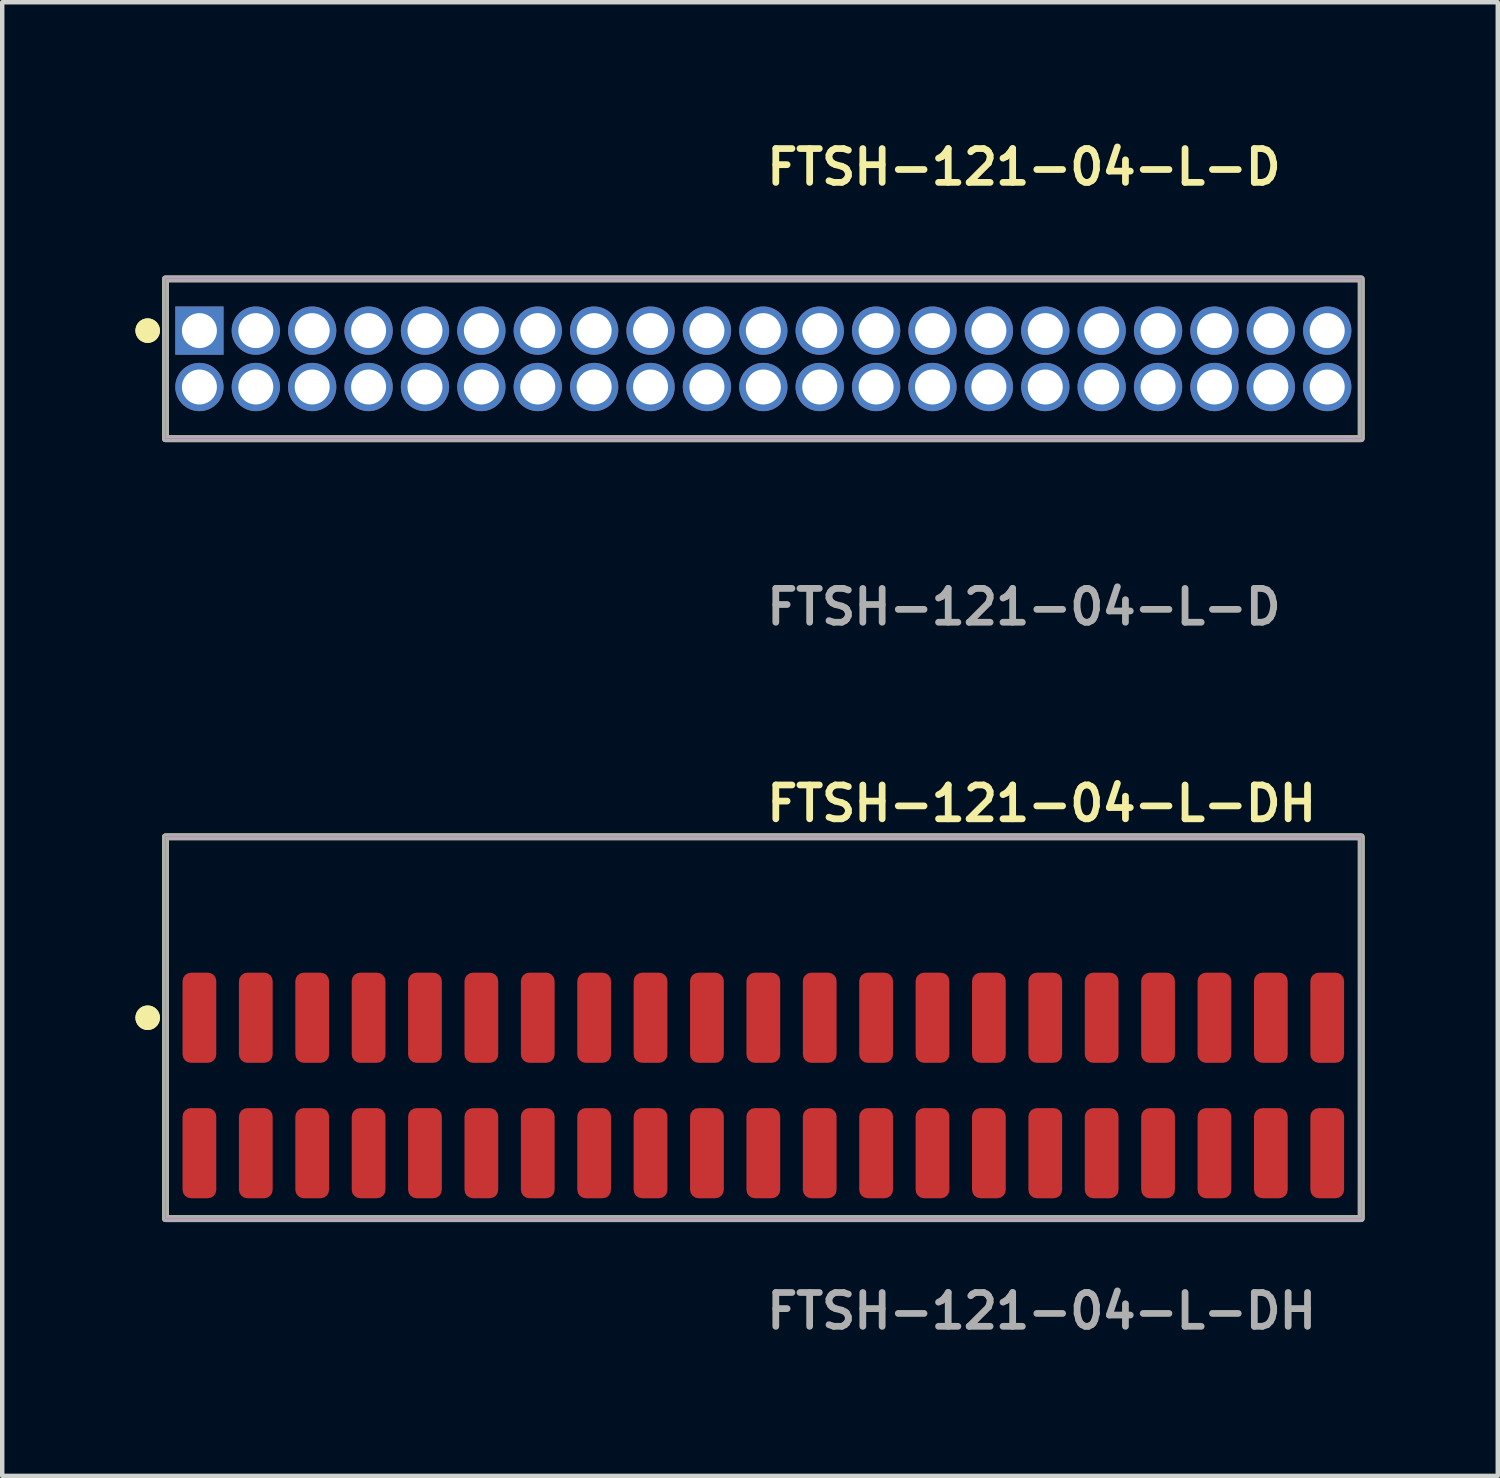
<source format=kicad_pcb>
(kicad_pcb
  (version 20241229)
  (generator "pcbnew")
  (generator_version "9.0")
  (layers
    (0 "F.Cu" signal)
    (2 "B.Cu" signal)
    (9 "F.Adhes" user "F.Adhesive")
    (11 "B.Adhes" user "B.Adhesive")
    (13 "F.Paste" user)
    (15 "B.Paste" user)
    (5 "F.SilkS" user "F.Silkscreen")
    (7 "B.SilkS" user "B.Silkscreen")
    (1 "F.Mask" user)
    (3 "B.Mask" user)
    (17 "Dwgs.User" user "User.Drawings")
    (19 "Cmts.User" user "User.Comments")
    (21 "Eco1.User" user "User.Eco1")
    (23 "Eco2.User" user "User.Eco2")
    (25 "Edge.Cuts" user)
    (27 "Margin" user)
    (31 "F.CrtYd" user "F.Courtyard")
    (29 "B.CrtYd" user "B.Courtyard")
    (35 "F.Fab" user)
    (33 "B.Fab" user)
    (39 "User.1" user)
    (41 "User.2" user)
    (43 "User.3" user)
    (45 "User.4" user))
  (footprint "FTSH-121-04-L-D"
    (layer "F.Cu")
    (at 14.141 5.031)
    (property "Reference" "FTSH-121-04-L-D" (at 0 -4.318 0) (unlocked yes) (layer "F.SilkS") (effects (font (size 0.762 0.762) (thickness 0.152)) (justify left)))
    (fp_rect (start -13.465 1.8) (end 13.465 -1.8) (stroke (width 0.152) (type solid)) (fill no) (layer "F.SilkS"))
    (fp_circle (center -13.865 -0.635) (end -14.065 -0.635) (stroke (width 0.152) (type solid)) (fill yes) (layer "F.SilkS"))
    (fp_circle (center -13.865 -0.635) (end -14.065 -0.635) (stroke (width 0.152) (type solid)) (fill yes) (layer "F.SilkS"))
    (fp_rect (start -13.465 1.8) (end 13.465 -1.8) (stroke (width 0.006) (type solid)) (fill no) (layer "F.CrtYd"))
    (fp_rect (start -13.465 1.8) (end 13.465 -1.8) (stroke (width 0.152) (type solid)) (fill no) (layer "F.Fab"))
    (fp_text user "${REFERENCE}" (at 0 5.588 0) (unlocked yes) (layer "F.Fab") (effects (font (size 0.762 0.762) (thickness 0.152)) (justify left)))
    (pad "1" thru_hole rect (at -12.7 -0.635) (size 1.087 1.087) (drill 0.787) (layers "*.Cu" "*.Mask"))
    (pad "2" thru_hole circle (at -12.7 0.635) (size 1.087 1.087) (drill 0.787) (layers "*.Cu" "*.Mask"))
    (pad "3" thru_hole circle (at -11.43 -0.635) (size 1.087 1.087) (drill 0.787) (layers "*.Cu" "*.Mask"))
    (pad "4" thru_hole circle (at -11.43 0.635) (size 1.087 1.087) (drill 0.787) (layers "*.Cu" "*.Mask"))
    (pad "5" thru_hole circle (at -10.16 -0.635) (size 1.087 1.087) (drill 0.787) (layers "*.Cu" "*.Mask"))
    (pad "6" thru_hole circle (at -10.16 0.635) (size 1.087 1.087) (drill 0.787) (layers "*.Cu" "*.Mask"))
    (pad "7" thru_hole circle (at -8.89 -0.635) (size 1.087 1.087) (drill 0.787) (layers "*.Cu" "*.Mask"))
    (pad "8" thru_hole circle (at -8.89 0.635) (size 1.087 1.087) (drill 0.787) (layers "*.Cu" "*.Mask"))
    (pad "9" thru_hole circle (at -7.62 -0.635) (size 1.087 1.087) (drill 0.787) (layers "*.Cu" "*.Mask"))
    (pad "10" thru_hole circle (at -7.62 0.635) (size 1.087 1.087) (drill 0.787) (layers "*.Cu" "*.Mask"))
    (pad "11" thru_hole circle (at -6.35 -0.635) (size 1.087 1.087) (drill 0.787) (layers "*.Cu" "*.Mask"))
    (pad "12" thru_hole circle (at -6.35 0.635) (size 1.087 1.087) (drill 0.787) (layers "*.Cu" "*.Mask"))
    (pad "13" thru_hole circle (at -5.08 -0.635) (size 1.087 1.087) (drill 0.787) (layers "*.Cu" "*.Mask"))
    (pad "14" thru_hole circle (at -5.08 0.635) (size 1.087 1.087) (drill 0.787) (layers "*.Cu" "*.Mask"))
    (pad "15" thru_hole circle (at -3.81 -0.635) (size 1.087 1.087) (drill 0.787) (layers "*.Cu" "*.Mask"))
    (pad "16" thru_hole circle (at -3.81 0.635) (size 1.087 1.087) (drill 0.787) (layers "*.Cu" "*.Mask"))
    (pad "17" thru_hole circle (at -2.54 -0.635) (size 1.087 1.087) (drill 0.787) (layers "*.Cu" "*.Mask"))
    (pad "18" thru_hole circle (at -2.54 0.635) (size 1.087 1.087) (drill 0.787) (layers "*.Cu" "*.Mask"))
    (pad "19" thru_hole circle (at -1.27 -0.635) (size 1.087 1.087) (drill 0.787) (layers "*.Cu" "*.Mask"))
    (pad "20" thru_hole circle (at -1.27 0.635) (size 1.087 1.087) (drill 0.787) (layers "*.Cu" "*.Mask"))
    (pad "21" thru_hole circle (at 0 -0.635) (size 1.087 1.087) (drill 0.787) (layers "*.Cu" "*.Mask"))
    (pad "22" thru_hole circle (at 0 0.635) (size 1.087 1.087) (drill 0.787) (layers "*.Cu" "*.Mask"))
    (pad "23" thru_hole circle (at 1.27 -0.635) (size 1.087 1.087) (drill 0.787) (layers "*.Cu" "*.Mask"))
    (pad "24" thru_hole circle (at 1.27 0.635) (size 1.087 1.087) (drill 0.787) (layers "*.Cu" "*.Mask"))
    (pad "25" thru_hole circle (at 2.54 -0.635) (size 1.087 1.087) (drill 0.787) (layers "*.Cu" "*.Mask"))
    (pad "26" thru_hole circle (at 2.54 0.635) (size 1.087 1.087) (drill 0.787) (layers "*.Cu" "*.Mask"))
    (pad "27" thru_hole circle (at 3.81 -0.635) (size 1.087 1.087) (drill 0.787) (layers "*.Cu" "*.Mask"))
    (pad "28" thru_hole circle (at 3.81 0.635) (size 1.087 1.087) (drill 0.787) (layers "*.Cu" "*.Mask"))
    (pad "29" thru_hole circle (at 5.08 -0.635) (size 1.087 1.087) (drill 0.787) (layers "*.Cu" "*.Mask"))
    (pad "30" thru_hole circle (at 5.08 0.635) (size 1.087 1.087) (drill 0.787) (layers "*.Cu" "*.Mask"))
    (pad "31" thru_hole circle (at 6.35 -0.635) (size 1.087 1.087) (drill 0.787) (layers "*.Cu" "*.Mask"))
    (pad "32" thru_hole circle (at 6.35 0.635) (size 1.087 1.087) (drill 0.787) (layers "*.Cu" "*.Mask"))
    (pad "33" thru_hole circle (at 7.62 -0.635) (size 1.087 1.087) (drill 0.787) (layers "*.Cu" "*.Mask"))
    (pad "34" thru_hole circle (at 7.62 0.635) (size 1.087 1.087) (drill 0.787) (layers "*.Cu" "*.Mask"))
    (pad "35" thru_hole circle (at 8.89 -0.635) (size 1.087 1.087) (drill 0.787) (layers "*.Cu" "*.Mask"))
    (pad "36" thru_hole circle (at 8.89 0.635) (size 1.087 1.087) (drill 0.787) (layers "*.Cu" "*.Mask"))
    (pad "37" thru_hole circle (at 10.16 -0.635) (size 1.087 1.087) (drill 0.787) (layers "*.Cu" "*.Mask"))
    (pad "38" thru_hole circle (at 10.16 0.635) (size 1.087 1.087) (drill 0.787) (layers "*.Cu" "*.Mask"))
    (pad "39" thru_hole circle (at 11.43 -0.635) (size 1.087 1.087) (drill 0.787) (layers "*.Cu" "*.Mask"))
    (pad "40" thru_hole circle (at 11.43 0.635) (size 1.087 1.087) (drill 0.787) (layers "*.Cu" "*.Mask"))
    (pad "41" thru_hole circle (at 12.7 -0.635) (size 1.087 1.087) (drill 0.787) (layers "*.Cu" "*.Mask"))
    (pad "42" thru_hole circle (at 12.7 0.635) (size 1.087 1.087) (drill 0.787) (layers "*.Cu" "*.Mask")))
  (footprint "FTSH-121-04-L-DH"
    (layer "F.Cu")
    (at 14.141 21.396)
    (property "Reference" "FTSH-121-04-L-DH" (at 0 -6.35 0) (unlocked yes) (layer "F.SilkS") (effects (font (size 0.762 0.762) (thickness 0.152)) (justify left)))
    (fp_rect (start -13.465 3) (end 13.465 -5.6) (stroke (width 0.152) (type solid)) (fill no) (layer "F.SilkS"))
    (fp_circle (center -13.865 -1.525) (end -14.065 -1.525) (stroke (width 0.152) (type solid)) (fill yes) (layer "F.SilkS"))
    (fp_circle (center -13.865 -1.525) (end -14.065 -1.525) (stroke (width 0.152) (type solid)) (fill yes) (layer "F.SilkS"))
    (fp_rect (start -13.465 3) (end 13.465 -5.6) (stroke (width 0.006) (type solid)) (fill no) (layer "F.CrtYd"))
    (fp_rect (start -13.465 3) (end 13.465 -5.6) (stroke (width 0.152) (type solid)) (fill no) (layer "F.Fab"))
    (fp_text user "${REFERENCE}" (at 0 5.08 0) (unlocked yes) (layer "F.Fab") (effects (font (size 0.762 0.762) (thickness 0.152)) (justify left)))
    (pad "1" smd roundrect (at -12.7 -1.525) (size 0.76 2.03) (layers "F.Cu" "F.Paste") (roundrect_rratio 0.25))
    (pad "2" smd roundrect (at -12.7 1.525) (size 0.76 2.03) (layers "F.Cu" "F.Paste") (roundrect_rratio 0.25))
    (pad "3" smd roundrect (at -11.43 -1.525) (size 0.76 2.03) (layers "F.Cu" "F.Paste") (roundrect_rratio 0.25))
    (pad "4" smd roundrect (at -11.43 1.525) (size 0.76 2.03) (layers "F.Cu" "F.Paste") (roundrect_rratio 0.25))
    (pad "5" smd roundrect (at -10.16 -1.525) (size 0.76 2.03) (layers "F.Cu" "F.Paste") (roundrect_rratio 0.25))
    (pad "6" smd roundrect (at -10.16 1.525) (size 0.76 2.03) (layers "F.Cu" "F.Paste") (roundrect_rratio 0.25))
    (pad "7" smd roundrect (at -8.89 -1.525) (size 0.76 2.03) (layers "F.Cu" "F.Paste") (roundrect_rratio 0.25))
    (pad "8" smd roundrect (at -8.89 1.525) (size 0.76 2.03) (layers "F.Cu" "F.Paste") (roundrect_rratio 0.25))
    (pad "9" smd roundrect (at -7.62 -1.525) (size 0.76 2.03) (layers "F.Cu" "F.Paste") (roundrect_rratio 0.25))
    (pad "10" smd roundrect (at -7.62 1.525) (size 0.76 2.03) (layers "F.Cu" "F.Paste") (roundrect_rratio 0.25))
    (pad "11" smd roundrect (at -6.35 -1.525) (size 0.76 2.03) (layers "F.Cu" "F.Paste") (roundrect_rratio 0.25))
    (pad "12" smd roundrect (at -6.35 1.525) (size 0.76 2.03) (layers "F.Cu" "F.Paste") (roundrect_rratio 0.25))
    (pad "13" smd roundrect (at -5.08 -1.525) (size 0.76 2.03) (layers "F.Cu" "F.Paste") (roundrect_rratio 0.25))
    (pad "14" smd roundrect (at -5.08 1.525) (size 0.76 2.03) (layers "F.Cu" "F.Paste") (roundrect_rratio 0.25))
    (pad "15" smd roundrect (at -3.81 -1.525) (size 0.76 2.03) (layers "F.Cu" "F.Paste") (roundrect_rratio 0.25))
    (pad "16" smd roundrect (at -3.81 1.525) (size 0.76 2.03) (layers "F.Cu" "F.Paste") (roundrect_rratio 0.25))
    (pad "17" smd roundrect (at -2.54 -1.525) (size 0.76 2.03) (layers "F.Cu" "F.Paste") (roundrect_rratio 0.25))
    (pad "18" smd roundrect (at -2.54 1.525) (size 0.76 2.03) (layers "F.Cu" "F.Paste") (roundrect_rratio 0.25))
    (pad "19" smd roundrect (at -1.27 -1.525) (size 0.76 2.03) (layers "F.Cu" "F.Paste") (roundrect_rratio 0.25))
    (pad "20" smd roundrect (at -1.27 1.525) (size 0.76 2.03) (layers "F.Cu" "F.Paste") (roundrect_rratio 0.25))
    (pad "21" smd roundrect (at 0 -1.525) (size 0.76 2.03) (layers "F.Cu" "F.Paste") (roundrect_rratio 0.25))
    (pad "22" smd roundrect (at 0 1.525) (size 0.76 2.03) (layers "F.Cu" "F.Paste") (roundrect_rratio 0.25))
    (pad "23" smd roundrect (at 1.27 -1.525) (size 0.76 2.03) (layers "F.Cu" "F.Paste") (roundrect_rratio 0.25))
    (pad "24" smd roundrect (at 1.27 1.525) (size 0.76 2.03) (layers "F.Cu" "F.Paste") (roundrect_rratio 0.25))
    (pad "25" smd roundrect (at 2.54 -1.525) (size 0.76 2.03) (layers "F.Cu" "F.Paste") (roundrect_rratio 0.25))
    (pad "26" smd roundrect (at 2.54 1.525) (size 0.76 2.03) (layers "F.Cu" "F.Paste") (roundrect_rratio 0.25))
    (pad "27" smd roundrect (at 3.81 -1.525) (size 0.76 2.03) (layers "F.Cu" "F.Paste") (roundrect_rratio 0.25))
    (pad "28" smd roundrect (at 3.81 1.525) (size 0.76 2.03) (layers "F.Cu" "F.Paste") (roundrect_rratio 0.25))
    (pad "29" smd roundrect (at 5.08 -1.525) (size 0.76 2.03) (layers "F.Cu" "F.Paste") (roundrect_rratio 0.25))
    (pad "30" smd roundrect (at 5.08 1.525) (size 0.76 2.03) (layers "F.Cu" "F.Paste") (roundrect_rratio 0.25))
    (pad "31" smd roundrect (at 6.35 -1.525) (size 0.76 2.03) (layers "F.Cu" "F.Paste") (roundrect_rratio 0.25))
    (pad "32" smd roundrect (at 6.35 1.525) (size 0.76 2.03) (layers "F.Cu" "F.Paste") (roundrect_rratio 0.25))
    (pad "33" smd roundrect (at 7.62 -1.525) (size 0.76 2.03) (layers "F.Cu" "F.Paste") (roundrect_rratio 0.25))
    (pad "34" smd roundrect (at 7.62 1.525) (size 0.76 2.03) (layers "F.Cu" "F.Paste") (roundrect_rratio 0.25))
    (pad "35" smd roundrect (at 8.89 -1.525) (size 0.76 2.03) (layers "F.Cu" "F.Paste") (roundrect_rratio 0.25))
    (pad "36" smd roundrect (at 8.89 1.525) (size 0.76 2.03) (layers "F.Cu" "F.Paste") (roundrect_rratio 0.25))
    (pad "37" smd roundrect (at 10.16 -1.525) (size 0.76 2.03) (layers "F.Cu" "F.Paste") (roundrect_rratio 0.25))
    (pad "38" smd roundrect (at 10.16 1.525) (size 0.76 2.03) (layers "F.Cu" "F.Paste") (roundrect_rratio 0.25))
    (pad "39" smd roundrect (at 11.43 -1.525) (size 0.76 2.03) (layers "F.Cu" "F.Paste") (roundrect_rratio 0.25))
    (pad "40" smd roundrect (at 11.43 1.525) (size 0.76 2.03) (layers "F.Cu" "F.Paste") (roundrect_rratio 0.25))
    (pad "41" smd roundrect (at 12.7 -1.525) (size 0.76 2.03) (layers "F.Cu" "F.Paste") (roundrect_rratio 0.25))
    (pad "42" smd roundrect (at 12.7 1.525) (size 0.76 2.03) (layers "F.Cu" "F.Paste") (roundrect_rratio 0.25)))
  (gr_rect
    (start -3 -3)
    (end 30.682 30.189)
    (stroke (width 0.1) (type default))
    (fill no)
    (layer "Edge.Cuts")))
</source>
